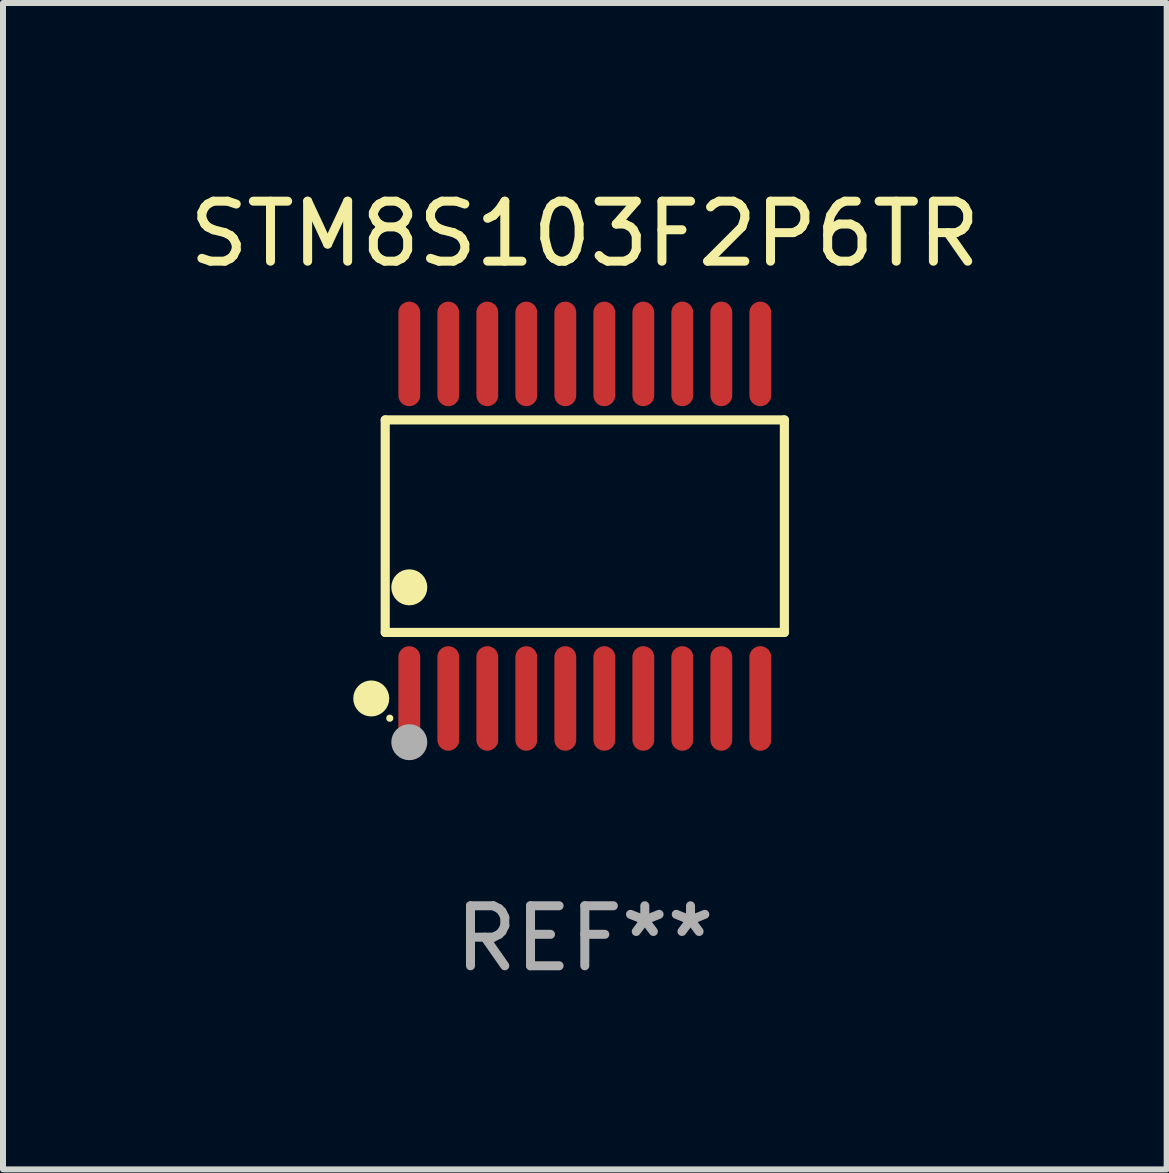
<source format=kicad_pcb>
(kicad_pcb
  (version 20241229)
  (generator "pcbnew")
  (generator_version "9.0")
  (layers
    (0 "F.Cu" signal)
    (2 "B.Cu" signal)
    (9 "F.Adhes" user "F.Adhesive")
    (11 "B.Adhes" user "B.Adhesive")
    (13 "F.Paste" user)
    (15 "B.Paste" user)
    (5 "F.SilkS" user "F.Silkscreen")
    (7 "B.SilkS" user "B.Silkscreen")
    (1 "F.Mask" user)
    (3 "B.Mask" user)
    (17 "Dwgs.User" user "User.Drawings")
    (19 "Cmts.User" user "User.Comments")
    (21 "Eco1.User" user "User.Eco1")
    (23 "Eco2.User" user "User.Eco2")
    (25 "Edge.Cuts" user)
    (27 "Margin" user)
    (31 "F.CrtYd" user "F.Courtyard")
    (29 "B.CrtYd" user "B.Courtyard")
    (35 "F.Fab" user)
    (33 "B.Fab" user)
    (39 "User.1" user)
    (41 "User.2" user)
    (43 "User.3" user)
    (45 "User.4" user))
  (footprint "STM8S103F2P6TR"
    (layer "F.Cu")
    (at 6.696 5.719)
    (property "Reference" "STM8S103F2P6TR" (at 0 -4.871 0) (layer "F.SilkS") (effects (font (size 1 1) (thickness 0.15))))
    (attr through_hole)
    (fp_line (start -3.326 -1.771) (end 3.326 -1.771) (stroke (width 0.152) (type solid)) (layer "F.SilkS"))
    (fp_line (start -3.326 1.771) (end -3.326 -1.771) (stroke (width 0.152) (type solid)) (layer "F.SilkS"))
    (fp_line (start 3.326 -1.771) (end 3.326 1.771) (stroke (width 0.152) (type solid)) (layer "F.SilkS"))
    (fp_line (start 3.326 1.771) (end -3.326 1.771) (stroke (width 0.152) (type solid)) (layer "F.SilkS"))
    (fp_circle (center -3.559 2.871) (end -3.409 2.871) (stroke (width 0.3) (type solid)) (fill no) (layer "F.SilkS"))
    (fp_circle (center -3.25 3.2) (end -3.22 3.2) (stroke (width 0.06) (type solid)) (fill no) (layer "F.SilkS"))
    (fp_circle (center -2.925 1.019) (end -2.775 1.019) (stroke (width 0.3) (type solid)) (fill no) (layer "F.SilkS"))
    (fp_circle (center -2.925 3.6) (end -2.775 3.6) (stroke (width 0.3) (type solid)) (fill no) (layer "F.Fab"))
    (fp_text user "REF**" (at 0 6.871 0) (layer "F.Fab") (effects (font (size 1 1) (thickness 0.15))))
    (pad "1" smd oval (at -2.925 2.871) (size 0.364 1.742) (layers "F.Cu" "F.Mask" "F.Paste"))
    (pad "2" smd oval (at -2.275 2.871) (size 0.364 1.742) (layers "F.Cu" "F.Mask" "F.Paste"))
    (pad "3" smd oval (at -1.625 2.871) (size 0.364 1.742) (layers "F.Cu" "F.Mask" "F.Paste"))
    (pad "4" smd oval (at -0.975 2.871) (size 0.364 1.742) (layers "F.Cu" "F.Mask" "F.Paste"))
    (pad "5" smd oval (at -0.325 2.871) (size 0.364 1.742) (layers "F.Cu" "F.Mask" "F.Paste"))
    (pad "6" smd oval (at 0.325 2.871) (size 0.364 1.742) (layers "F.Cu" "F.Mask" "F.Paste"))
    (pad "7" smd oval (at 0.975 2.871) (size 0.364 1.742) (layers "F.Cu" "F.Mask" "F.Paste"))
    (pad "8" smd oval (at 1.625 2.871) (size 0.364 1.742) (layers "F.Cu" "F.Mask" "F.Paste"))
    (pad "9" smd oval (at 2.275 2.871) (size 0.364 1.742) (layers "F.Cu" "F.Mask" "F.Paste"))
    (pad "10" smd oval (at 2.925 2.871) (size 0.364 1.742) (layers "F.Cu" "F.Mask" "F.Paste"))
    (pad "11" smd oval (at 2.925 -2.871) (size 0.364 1.742) (layers "F.Cu" "F.Mask" "F.Paste"))
    (pad "12" smd oval (at 2.275 -2.871) (size 0.364 1.742) (layers "F.Cu" "F.Mask" "F.Paste"))
    (pad "13" smd oval (at 1.625 -2.871) (size 0.364 1.742) (layers "F.Cu" "F.Mask" "F.Paste"))
    (pad "14" smd oval (at 0.975 -2.871) (size 0.364 1.742) (layers "F.Cu" "F.Mask" "F.Paste"))
    (pad "15" smd oval (at 0.325 -2.871) (size 0.364 1.742) (layers "F.Cu" "F.Mask" "F.Paste"))
    (pad "16" smd oval (at -0.325 -2.871) (size 0.364 1.742) (layers "F.Cu" "F.Mask" "F.Paste"))
    (pad "17" smd oval (at -0.975 -2.871) (size 0.364 1.742) (layers "F.Cu" "F.Mask" "F.Paste"))
    (pad "18" smd oval (at -1.625 -2.871) (size 0.364 1.742) (layers "F.Cu" "F.Mask" "F.Paste"))
    (pad "19" smd oval (at -2.275 -2.871) (size 0.364 1.742) (layers "F.Cu" "F.Mask" "F.Paste"))
    (pad "20" smd oval (at -2.925 -2.871) (size 0.364 1.742) (layers "F.Cu" "F.Mask" "F.Paste")))
  (gr_rect
    (start -3 -3)
    (end 16.393 16.438)
    (stroke (width 0.1) (type default))
    (fill no)
    (layer "Edge.Cuts")))
</source>
